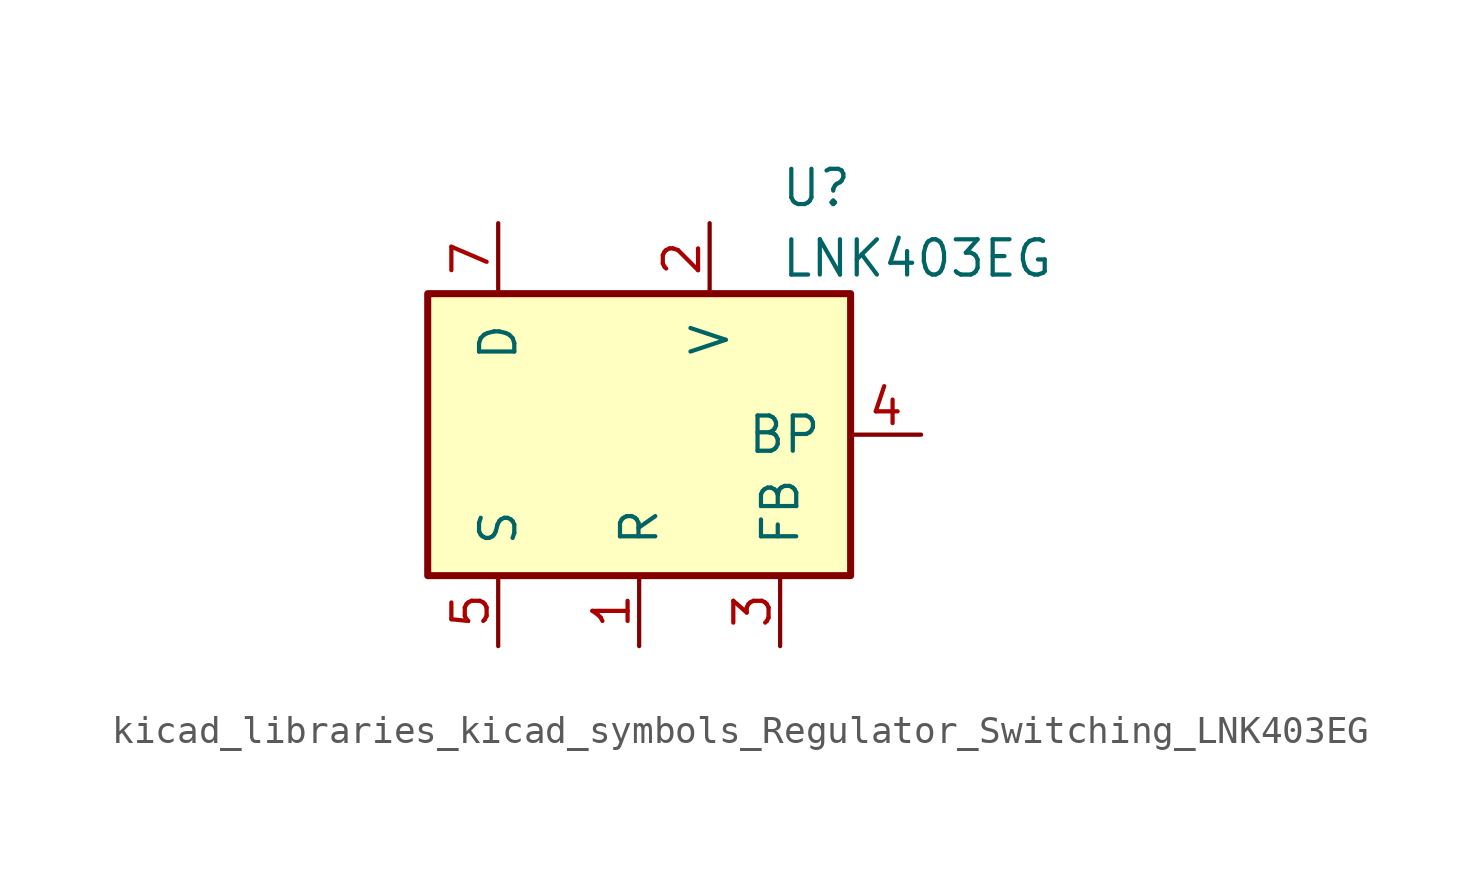
<source format=kicad_sym>
(kicad_symbol_lib
  (version 20220914)
  (generator kicad_symbol_editor)
  (symbol "kicad_libraries_kicad_symbols_Regulator_Switching_LNK403EG"
    (pin_names
      (offset 1.016))
    (property "Reference" "U"
      (at 5.08 8.89 0)
      (effects (font (size 1.27 1.27)) (justify left)))
    (property "Value" "LNK403EG"
      (at 5.08 6.35 0)
      (effects (font (size 1.27 1.27)) (justify left)))
    (symbol "kicad_libraries_kicad_symbols_Regulator_Switching_LNK403EG_0_1"
      (rectangle (start -7.62 5.08) (end 7.62 -5.08) (stroke (width 0.254) (type default)) (fill (type background))))
    (symbol "kicad_libraries_kicad_symbols_Regulator_Switching_LNK403EG_1_1"
      (pin input line (at 0 -7.62 90) (length 2.54) (name "R" (effects (font (size 1.27 1.27)))) (number "1" (effects (font (size 1.27 1.27)))))
      (pin input line (at 2.54 7.62 270) (length 2.54) (name "V" (effects (font (size 1.27 1.27)))) (number "2" (effects (font (size 1.27 1.27)))))
      (pin input line (at 5.08 -7.62 90) (length 2.54) (name "FB" (effects (font (size 1.27 1.27)))) (number "3" (effects (font (size 1.27 1.27)))))
      (pin input line (at 10.16 0 180) (length 2.54) (name "BP" (effects (font (size 1.27 1.27)))) (number "4" (effects (font (size 1.27 1.27)))))
      (pin power_in line (at -5.08 -7.62 90) (length 2.54) (name "S" (effects (font (size 1.27 1.27)))) (number "5" (effects (font (size 1.27 1.27)))))
      (pin open_collector line (at -5.08 7.62 270) (length 2.54) (name "D" (effects (font (size 1.27 1.27)))) (number "7" (effects (font (size 1.27 1.27))))))))
</source>
